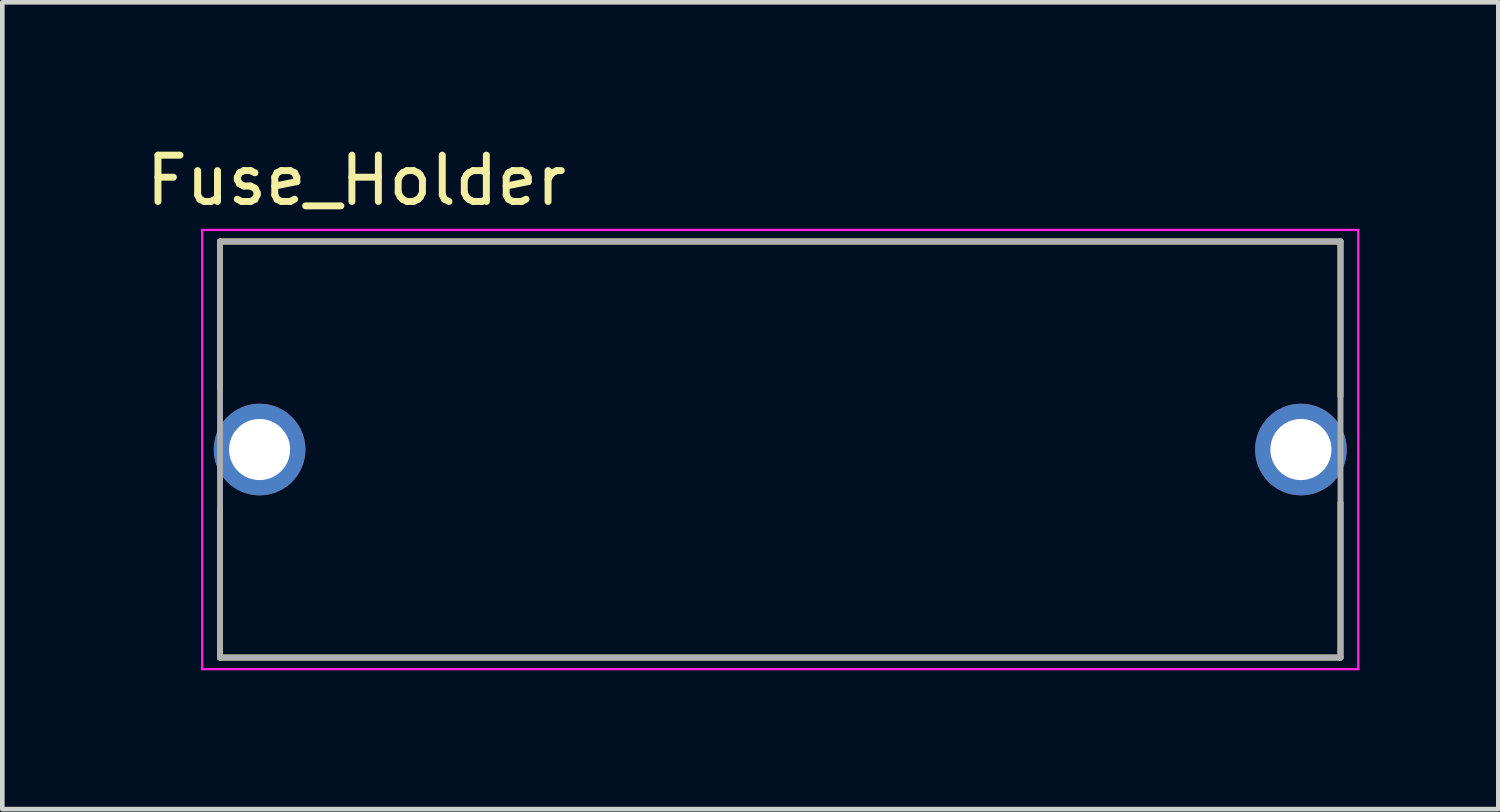
<source format=kicad_pcb>
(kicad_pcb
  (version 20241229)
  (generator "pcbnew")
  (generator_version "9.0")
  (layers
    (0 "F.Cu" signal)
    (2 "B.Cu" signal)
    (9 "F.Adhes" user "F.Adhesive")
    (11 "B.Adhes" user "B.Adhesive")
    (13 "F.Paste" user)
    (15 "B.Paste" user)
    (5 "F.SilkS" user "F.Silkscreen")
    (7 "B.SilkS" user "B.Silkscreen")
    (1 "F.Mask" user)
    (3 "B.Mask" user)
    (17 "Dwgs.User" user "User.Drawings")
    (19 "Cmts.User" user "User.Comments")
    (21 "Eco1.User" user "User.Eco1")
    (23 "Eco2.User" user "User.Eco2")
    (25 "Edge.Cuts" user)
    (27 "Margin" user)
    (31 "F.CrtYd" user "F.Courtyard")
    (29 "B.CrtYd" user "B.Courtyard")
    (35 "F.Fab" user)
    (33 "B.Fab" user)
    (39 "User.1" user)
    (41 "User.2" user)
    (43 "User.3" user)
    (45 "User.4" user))
  (footprint "Fuse_Holder"
    (layer "F.Cu")
    (at 13.809 6.663)
    (property "Reference" "Fuse_Holder" (at -9.16 -5.815 0) (layer "F.SilkS") (effects (font (size 1 1) (thickness 0.15))))
    (attr through_hole)
    (fp_line (start -12.105 -4.495) (end -12.105 -1.32) (stroke (width 0.127) (type solid)) (layer "F.SilkS"))
    (fp_line (start -12.105 -4.495) (end 12.105 -4.495) (stroke (width 0.127) (type solid)) (layer "F.SilkS"))
    (fp_line (start -12.105 1.32) (end -12.105 4.495) (stroke (width 0.127) (type solid)) (layer "F.SilkS"))
    (fp_line (start -12.105 4.495) (end 12.105 4.495) (stroke (width 0.127) (type solid)) (layer "F.SilkS"))
    (fp_line (start 12.105 -4.495) (end 12.105 -1.15) (stroke (width 0.127) (type solid)) (layer "F.SilkS"))
    (fp_line (start 12.105 1.15) (end 12.105 4.495) (stroke (width 0.127) (type solid)) (layer "F.SilkS"))
    (fp_line (start -12.49 -4.745) (end 12.49 -4.745) (stroke (width 0.05) (type solid)) (layer "F.CrtYd"))
    (fp_line (start -12.49 4.745) (end -12.49 -4.745) (stroke (width 0.05) (type solid)) (layer "F.CrtYd"))
    (fp_line (start 12.49 -4.745) (end 12.49 4.745) (stroke (width 0.05) (type solid)) (layer "F.CrtYd"))
    (fp_line (start 12.49 4.745) (end -12.49 4.745) (stroke (width 0.05) (type solid)) (layer "F.CrtYd"))
    (fp_line (start -12.105 -4.495) (end 12.105 -4.495) (stroke (width 0.127) (type solid)) (layer "F.Fab"))
    (fp_line (start -12.105 4.495) (end -12.105 -4.495) (stroke (width 0.127) (type solid)) (layer "F.Fab"))
    (fp_line (start 12.105 -4.495) (end 12.105 4.495) (stroke (width 0.127) (type solid)) (layer "F.Fab"))
    (fp_line (start 12.105 4.495) (end -12.105 4.495) (stroke (width 0.127) (type solid)) (layer "F.Fab"))
    (pad "1" thru_hole circle (at -11.25 0) (size 1.98 1.98) (drill 1.32) (layers "*.Cu" "*.Mask"))
    (pad "2" thru_hole circle (at 11.25 0) (size 1.98 1.98) (drill 1.32) (layers "*.Cu" "*.Mask")))
  (gr_rect
    (start -3 -3)
    (end 29.324 14.433)
    (stroke (width 0.1) (type default))
    (fill no)
    (layer "Edge.Cuts")))
</source>
